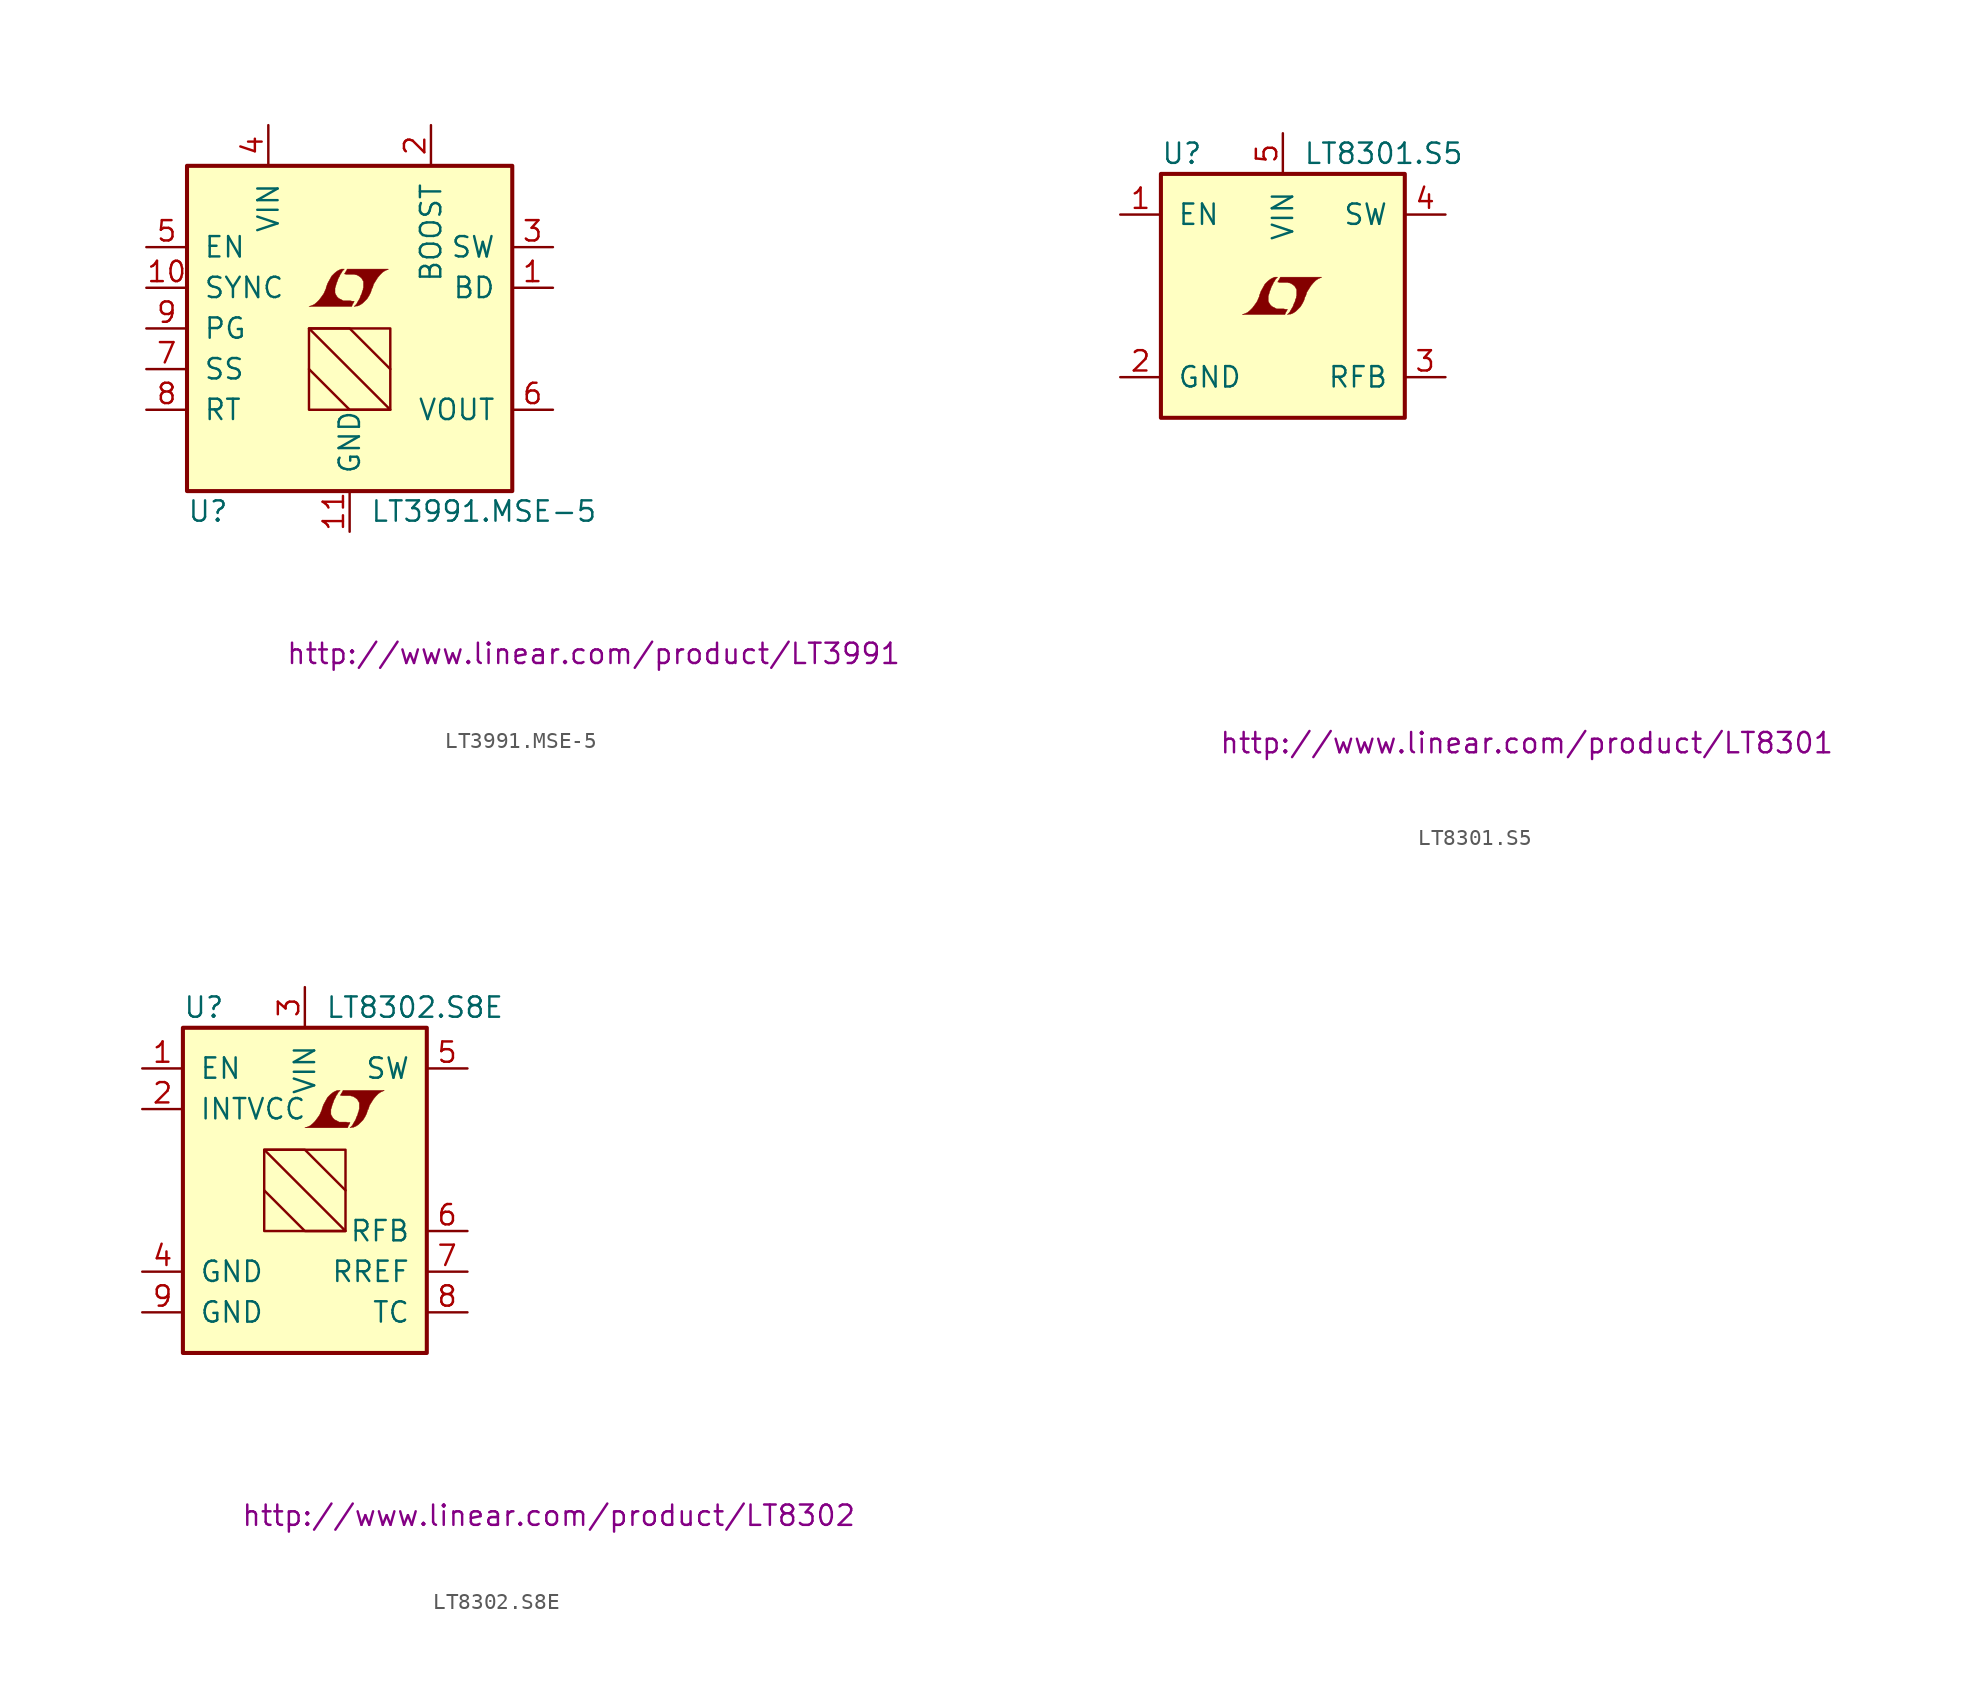
<source format=kicad_sym>
(kicad_symbol_lib
  (version 20201005)
  (generator kicad_symbol_editor)
  (symbol "LT3991.MSE-5"
    (pin_names
      (offset 1.016))
    (property "Reference" "U"
      (at -10.16 -11.43 0)
      (effects (font (size 1.27 1.27)) (justify left)))
    (property "Value" "LT3991.MSE-5"
      (at 1.27 -11.43 0)
      (effects (font (size 1.27 1.27)) (justify left)))
    (property "Datasheet" "http://www.linear.com/product/LT3991"
      (at 15.24 -20.32 0)
      (effects (font (size 1.27 1.27))))
    (symbol "LT3991.MSE-5_0_0"
      (polyline (pts (xy 0.203 1.549) (xy 0.229 1.575) (xy 0.279 1.676) (xy 0.279 1.702) (xy 0.152 1.702) (xy 0.051 1.727) (xy -0.406 1.727) (xy -0.432 1.753) (xy -0.686 1.88) (xy -0.787 1.981) (xy -0.864 2.108) (xy -0.914 2.21) (xy -0.914 2.515) (xy -0.864 2.667) (xy -0.838 2.769) (xy -0.813 2.845) (xy -0.762 2.972) (xy -0.711 3.124) (xy -0.635 3.251) (xy -0.584 3.378) (xy -0.508 3.48) (xy -0.457 3.581) (xy -0.33 3.708) (xy -0.508 3.708) (xy -0.635 3.658) (xy -0.737 3.607) (xy -0.813 3.556) (xy -0.94 3.454) (xy -1.118 3.277) (xy -1.372 2.819) (xy -1.473 2.54) (xy -1.473 2.489) (xy -1.524 2.388) (xy -1.575 2.261) (xy -1.626 2.159) (xy -1.753 1.981) (xy -1.905 1.778) (xy -2.057 1.626) (xy -2.21 1.499) (xy -2.388 1.422) (xy -2.54 1.372) (xy 0.127 1.372) (xy 0.203 1.549)) (stroke (width 0.025)) (fill (type outline)))
      (polyline (pts (xy 0.406 1.397) (xy 0.483 1.397) (xy 0.66 1.473) (xy 0.813 1.575) (xy 1.092 1.854) (xy 1.219 2.057) (xy 1.321 2.261) (xy 1.397 2.515) (xy 1.422 2.515) (xy 1.499 2.769) (xy 1.753 3.175) (xy 1.905 3.353) (xy 2.057 3.505) (xy 2.21 3.607) (xy 2.388 3.683) (xy 2.413 3.683) (xy 2.413 3.708) (xy -0.152 3.708) (xy -0.229 3.556) (xy -0.254 3.531) (xy -0.305 3.429) (xy -0.33 3.404) (xy -0.279 3.404) (xy -0.229 3.378) (xy 0.305 3.378) (xy 0.356 3.353) (xy 0.406 3.353) (xy 0.483 3.327) (xy 0.61 3.251) (xy 0.737 3.15) (xy 0.813 3.023) (xy 0.838 2.972) (xy 0.864 2.946) (xy 0.864 2.54) (xy 0.838 2.489) (xy 0.838 2.413) (xy 0.787 2.311) (xy 0.762 2.184) (xy 0.686 2.032) (xy 0.635 1.88) (xy 0.483 1.626) (xy 0.432 1.524) (xy 0.279 1.372) (xy 0.406 1.397)) (stroke (width 0.025)) (fill (type outline))))
    (symbol "LT3991.MSE-5_0_1"
      (rectangle (start -10.16 10.16) (end 10.16 -10.16) (stroke (width 0.254)) (fill (type background)))
      (rectangle (start -2.54 0) (end 2.54 -5.08) (stroke (width 0)) (fill (type none)))
      (polyline (pts (xy -2.54 -2.54) (xy 0 -5.08) (xy 2.54 -5.08) (xy -2.54 0) (xy 0 0) (xy 2.54 -2.54)) (stroke (width 0)) (fill (type none))))
    (symbol "LT3991.MSE-5_1_1"
      (pin passive line (at 12.7 2.54 180) (length 2.54) (name "BD" (effects (font (size 1.27 1.27)))) (number "1" (effects (font (size 1.27 1.27)))))
      (pin passive line (at -12.7 2.54 0) (length 2.54) (name "SYNC" (effects (font (size 1.27 1.27)))) (number "10" (effects (font (size 1.27 1.27)))))
      (pin power_in line (at 0 -12.7 90) (length 2.54) (name "GND" (effects (font (size 1.27 1.27)))) (number "11" (effects (font (size 1.27 1.27)))))
      (pin passive line (at 5.08 12.7 270) (length 2.54) (name "BOOST" (effects (font (size 1.27 1.27)))) (number "2" (effects (font (size 1.27 1.27)))))
      (pin passive line (at 12.7 5.08 180) (length 2.54) (name "SW" (effects (font (size 1.27 1.27)))) (number "3" (effects (font (size 1.27 1.27)))))
      (pin power_in line (at -5.08 12.7 270) (length 2.54) (name "VIN" (effects (font (size 1.27 1.27)))) (number "4" (effects (font (size 1.27 1.27)))))
      (pin input line (at -12.7 5.08 0) (length 2.54) (name "EN" (effects (font (size 1.27 1.27)))) (number "5" (effects (font (size 1.27 1.27)))))
      (pin passive line (at 12.7 -5.08 180) (length 2.54) (name "VOUT" (effects (font (size 1.27 1.27)))) (number "6" (effects (font (size 1.27 1.27)))))
      (pin passive line (at -12.7 -2.54 0) (length 2.54) (name "SS" (effects (font (size 1.27 1.27)))) (number "7" (effects (font (size 1.27 1.27)))))
      (pin passive line (at -12.7 -5.08 0) (length 2.54) (name "RT" (effects (font (size 1.27 1.27)))) (number "8" (effects (font (size 1.27 1.27)))))
      (pin open_collector line (at -12.7 0 0) (length 2.54) (name "PG" (effects (font (size 1.27 1.27)))) (number "9" (effects (font (size 1.27 1.27)))))))
  (symbol "LT8301.S5"
    (pin_names
      (offset 1.016))
    (property "Reference" "U"
      (at -7.62 8.89 0)
      (effects (font (size 1.27 1.27)) (justify left)))
    (property "Value" "LT8301.S5"
      (at 1.27 8.89 0)
      (effects (font (size 1.27 1.27)) (justify left)))
    (property "Datasheet" "http://www.linear.com/product/LT8301"
      (at 15.24 -27.94 0)
      (effects (font (size 1.27 1.27))))
    (symbol "LT8301.S5_0_0"
      (polyline (pts (xy 0.203 -0.991) (xy 0.229 -0.965) (xy 0.279 -0.864) (xy 0.279 -0.838) (xy 0.152 -0.838) (xy 0.051 -0.813) (xy -0.406 -0.813) (xy -0.432 -0.787) (xy -0.686 -0.66) (xy -0.787 -0.559) (xy -0.864 -0.432) (xy -0.914 -0.33) (xy -0.914 -0.025) (xy -0.864 0.127) (xy -0.838 0.229) (xy -0.813 0.305) (xy -0.762 0.432) (xy -0.711 0.584) (xy -0.635 0.711) (xy -0.584 0.838) (xy -0.508 0.94) (xy -0.457 1.041) (xy -0.33 1.168) (xy -0.508 1.168) (xy -0.635 1.118) (xy -0.737 1.067) (xy -0.813 1.016) (xy -0.94 0.914) (xy -1.118 0.737) (xy -1.372 0.279) (xy -1.473 0) (xy -1.473 -0.051) (xy -1.524 -0.152) (xy -1.575 -0.279) (xy -1.626 -0.381) (xy -1.753 -0.559) (xy -1.905 -0.762) (xy -2.057 -0.914) (xy -2.21 -1.041) (xy -2.388 -1.118) (xy -2.54 -1.168) (xy 0.127 -1.168) (xy 0.203 -0.991)) (stroke (width 0.025)) (fill (type outline)))
      (polyline (pts (xy 0.406 -1.143) (xy 0.483 -1.143) (xy 0.66 -1.067) (xy 0.813 -0.965) (xy 1.092 -0.686) (xy 1.219 -0.483) (xy 1.321 -0.279) (xy 1.397 -0.025) (xy 1.422 -0.025) (xy 1.499 0.229) (xy 1.753 0.635) (xy 1.905 0.813) (xy 2.057 0.965) (xy 2.21 1.067) (xy 2.388 1.143) (xy 2.413 1.143) (xy 2.413 1.168) (xy -0.152 1.168) (xy -0.229 1.016) (xy -0.254 0.991) (xy -0.305 0.889) (xy -0.33 0.864) (xy -0.279 0.864) (xy -0.229 0.838) (xy 0.305 0.838) (xy 0.356 0.813) (xy 0.406 0.813) (xy 0.483 0.787) (xy 0.61 0.711) (xy 0.737 0.61) (xy 0.813 0.483) (xy 0.838 0.432) (xy 0.864 0.406) (xy 0.864 0) (xy 0.838 -0.051) (xy 0.838 -0.127) (xy 0.787 -0.229) (xy 0.762 -0.356) (xy 0.686 -0.508) (xy 0.635 -0.66) (xy 0.483 -0.914) (xy 0.432 -1.016) (xy 0.279 -1.168) (xy 0.406 -1.143)) (stroke (width 0.025)) (fill (type outline))))
    (symbol "LT8301.S5_0_1"
      (rectangle (start -7.62 7.62) (end 7.62 -7.62) (stroke (width 0.254)) (fill (type background))))
    (symbol "LT8301.S5_1_1"
      (pin input line (at -10.16 5.08 0) (length 2.54) (name "EN" (effects (font (size 1.27 1.27)))) (number "1" (effects (font (size 1.27 1.27)))))
      (pin power_in line (at -10.16 -5.08 0) (length 2.54) (name "GND" (effects (font (size 1.27 1.27)))) (number "2" (effects (font (size 1.27 1.27)))))
      (pin passive line (at 10.16 -5.08 180) (length 2.54) (name "RFB" (effects (font (size 1.27 1.27)))) (number "3" (effects (font (size 1.27 1.27)))))
      (pin passive line (at 10.16 5.08 180) (length 2.54) (name "SW" (effects (font (size 1.27 1.27)))) (number "4" (effects (font (size 1.27 1.27)))))
      (pin power_in line (at 0 10.16 270) (length 2.54) (name "VIN" (effects (font (size 1.27 1.27)))) (number "5" (effects (font (size 1.27 1.27)))))))
  (symbol "LT8302.S8E"
    (pin_names
      (offset 1.016))
    (property "Reference" "U"
      (at -7.62 11.43 0)
      (effects (font (size 1.27 1.27)) (justify left)))
    (property "Value" "LT8302.S8E"
      (at 1.27 11.43 0)
      (effects (font (size 1.27 1.27)) (justify left)))
    (property "Datasheet" "http://www.linear.com/product/LT8302"
      (at 15.24 -20.32 0)
      (effects (font (size 1.27 1.27))))
    (symbol "LT8302.S8E_0_0"
      (polyline (pts (xy 2.743 4.089) (xy 2.769 4.115) (xy 2.819 4.216) (xy 2.819 4.242) (xy 2.692 4.242) (xy 2.591 4.267) (xy 2.134 4.267) (xy 2.108 4.293) (xy 1.854 4.42) (xy 1.753 4.521) (xy 1.676 4.648) (xy 1.626 4.75) (xy 1.626 5.055) (xy 1.676 5.207) (xy 1.702 5.309) (xy 1.727 5.385) (xy 1.778 5.512) (xy 1.829 5.664) (xy 1.905 5.791) (xy 1.956 5.918) (xy 2.032 6.02) (xy 2.083 6.121) (xy 2.21 6.248) (xy 2.032 6.248) (xy 1.905 6.198) (xy 1.803 6.147) (xy 1.727 6.096) (xy 1.6 5.994) (xy 1.422 5.817) (xy 1.168 5.359) (xy 1.067 5.08) (xy 1.067 5.029) (xy 1.016 4.928) (xy 0.965 4.801) (xy 0.914 4.699) (xy 0.787 4.521) (xy 0.635 4.318) (xy 0.483 4.166) (xy 0.33 4.039) (xy 0.152 3.962) (xy 0 3.912) (xy 2.667 3.912) (xy 2.743 4.089)) (stroke (width 0.025)) (fill (type outline)))
      (polyline (pts (xy 2.946 3.937) (xy 3.023 3.937) (xy 3.2 4.013) (xy 3.353 4.115) (xy 3.632 4.394) (xy 3.759 4.597) (xy 3.861 4.801) (xy 3.937 5.055) (xy 3.962 5.055) (xy 4.039 5.309) (xy 4.293 5.715) (xy 4.445 5.893) (xy 4.597 6.045) (xy 4.75 6.147) (xy 4.928 6.223) (xy 4.953 6.223) (xy 4.953 6.248) (xy 2.388 6.248) (xy 2.311 6.096) (xy 2.286 6.071) (xy 2.235 5.969) (xy 2.21 5.944) (xy 2.261 5.944) (xy 2.311 5.918) (xy 2.845 5.918) (xy 2.896 5.893) (xy 2.946 5.893) (xy 3.023 5.867) (xy 3.15 5.791) (xy 3.277 5.69) (xy 3.353 5.563) (xy 3.378 5.512) (xy 3.404 5.486) (xy 3.404 5.08) (xy 3.378 5.029) (xy 3.378 4.953) (xy 3.327 4.851) (xy 3.302 4.724) (xy 3.226 4.572) (xy 3.175 4.42) (xy 3.023 4.166) (xy 2.972 4.064) (xy 2.819 3.912) (xy 2.946 3.937)) (stroke (width 0.025)) (fill (type outline))))
    (symbol "LT8302.S8E_0_1"
      (rectangle (start -7.62 10.16) (end 7.62 -10.16) (stroke (width 0.254)) (fill (type background)))
      (rectangle (start -2.54 2.54) (end 2.54 -2.54) (stroke (width 0)) (fill (type none)))
      (polyline (pts (xy -2.54 0) (xy 0 -2.54) (xy 2.54 -2.54) (xy -2.54 2.54) (xy 0 2.54) (xy 2.54 0)) (stroke (width 0)) (fill (type none))))
    (symbol "LT8302.S8E_1_1"
      (pin input line (at -10.16 7.62 0) (length 2.54) (name "EN" (effects (font (size 1.27 1.27)))) (number "1" (effects (font (size 1.27 1.27)))))
      (pin passive line (at -10.16 5.08 0) (length 2.54) (name "INTVCC" (effects (font (size 1.27 1.27)))) (number "2" (effects (font (size 1.27 1.27)))))
      (pin power_in line (at 0 12.7 270) (length 2.54) (name "VIN" (effects (font (size 1.27 1.27)))) (number "3" (effects (font (size 1.27 1.27)))))
      (pin power_in line (at -10.16 -5.08 0) (length 2.54) (name "GND" (effects (font (size 1.27 1.27)))) (number "4" (effects (font (size 1.27 1.27)))))
      (pin passive line (at 10.16 7.62 180) (length 2.54) (name "SW" (effects (font (size 1.27 1.27)))) (number "5" (effects (font (size 1.27 1.27)))))
      (pin passive line (at 10.16 -2.54 180) (length 2.54) (name "RFB" (effects (font (size 1.27 1.27)))) (number "6" (effects (font (size 1.27 1.27)))))
      (pin passive line (at 10.16 -5.08 180) (length 2.54) (name "RREF" (effects (font (size 1.27 1.27)))) (number "7" (effects (font (size 1.27 1.27)))))
      (pin passive line (at 10.16 -7.62 180) (length 2.54) (name "TC" (effects (font (size 1.27 1.27)))) (number "8" (effects (font (size 1.27 1.27)))))
      (pin power_in line (at -10.16 -7.62 0) (length 2.54) (name "GND" (effects (font (size 1.27 1.27)))) (number "9" (effects (font (size 1.27 1.27))))))))
</source>
